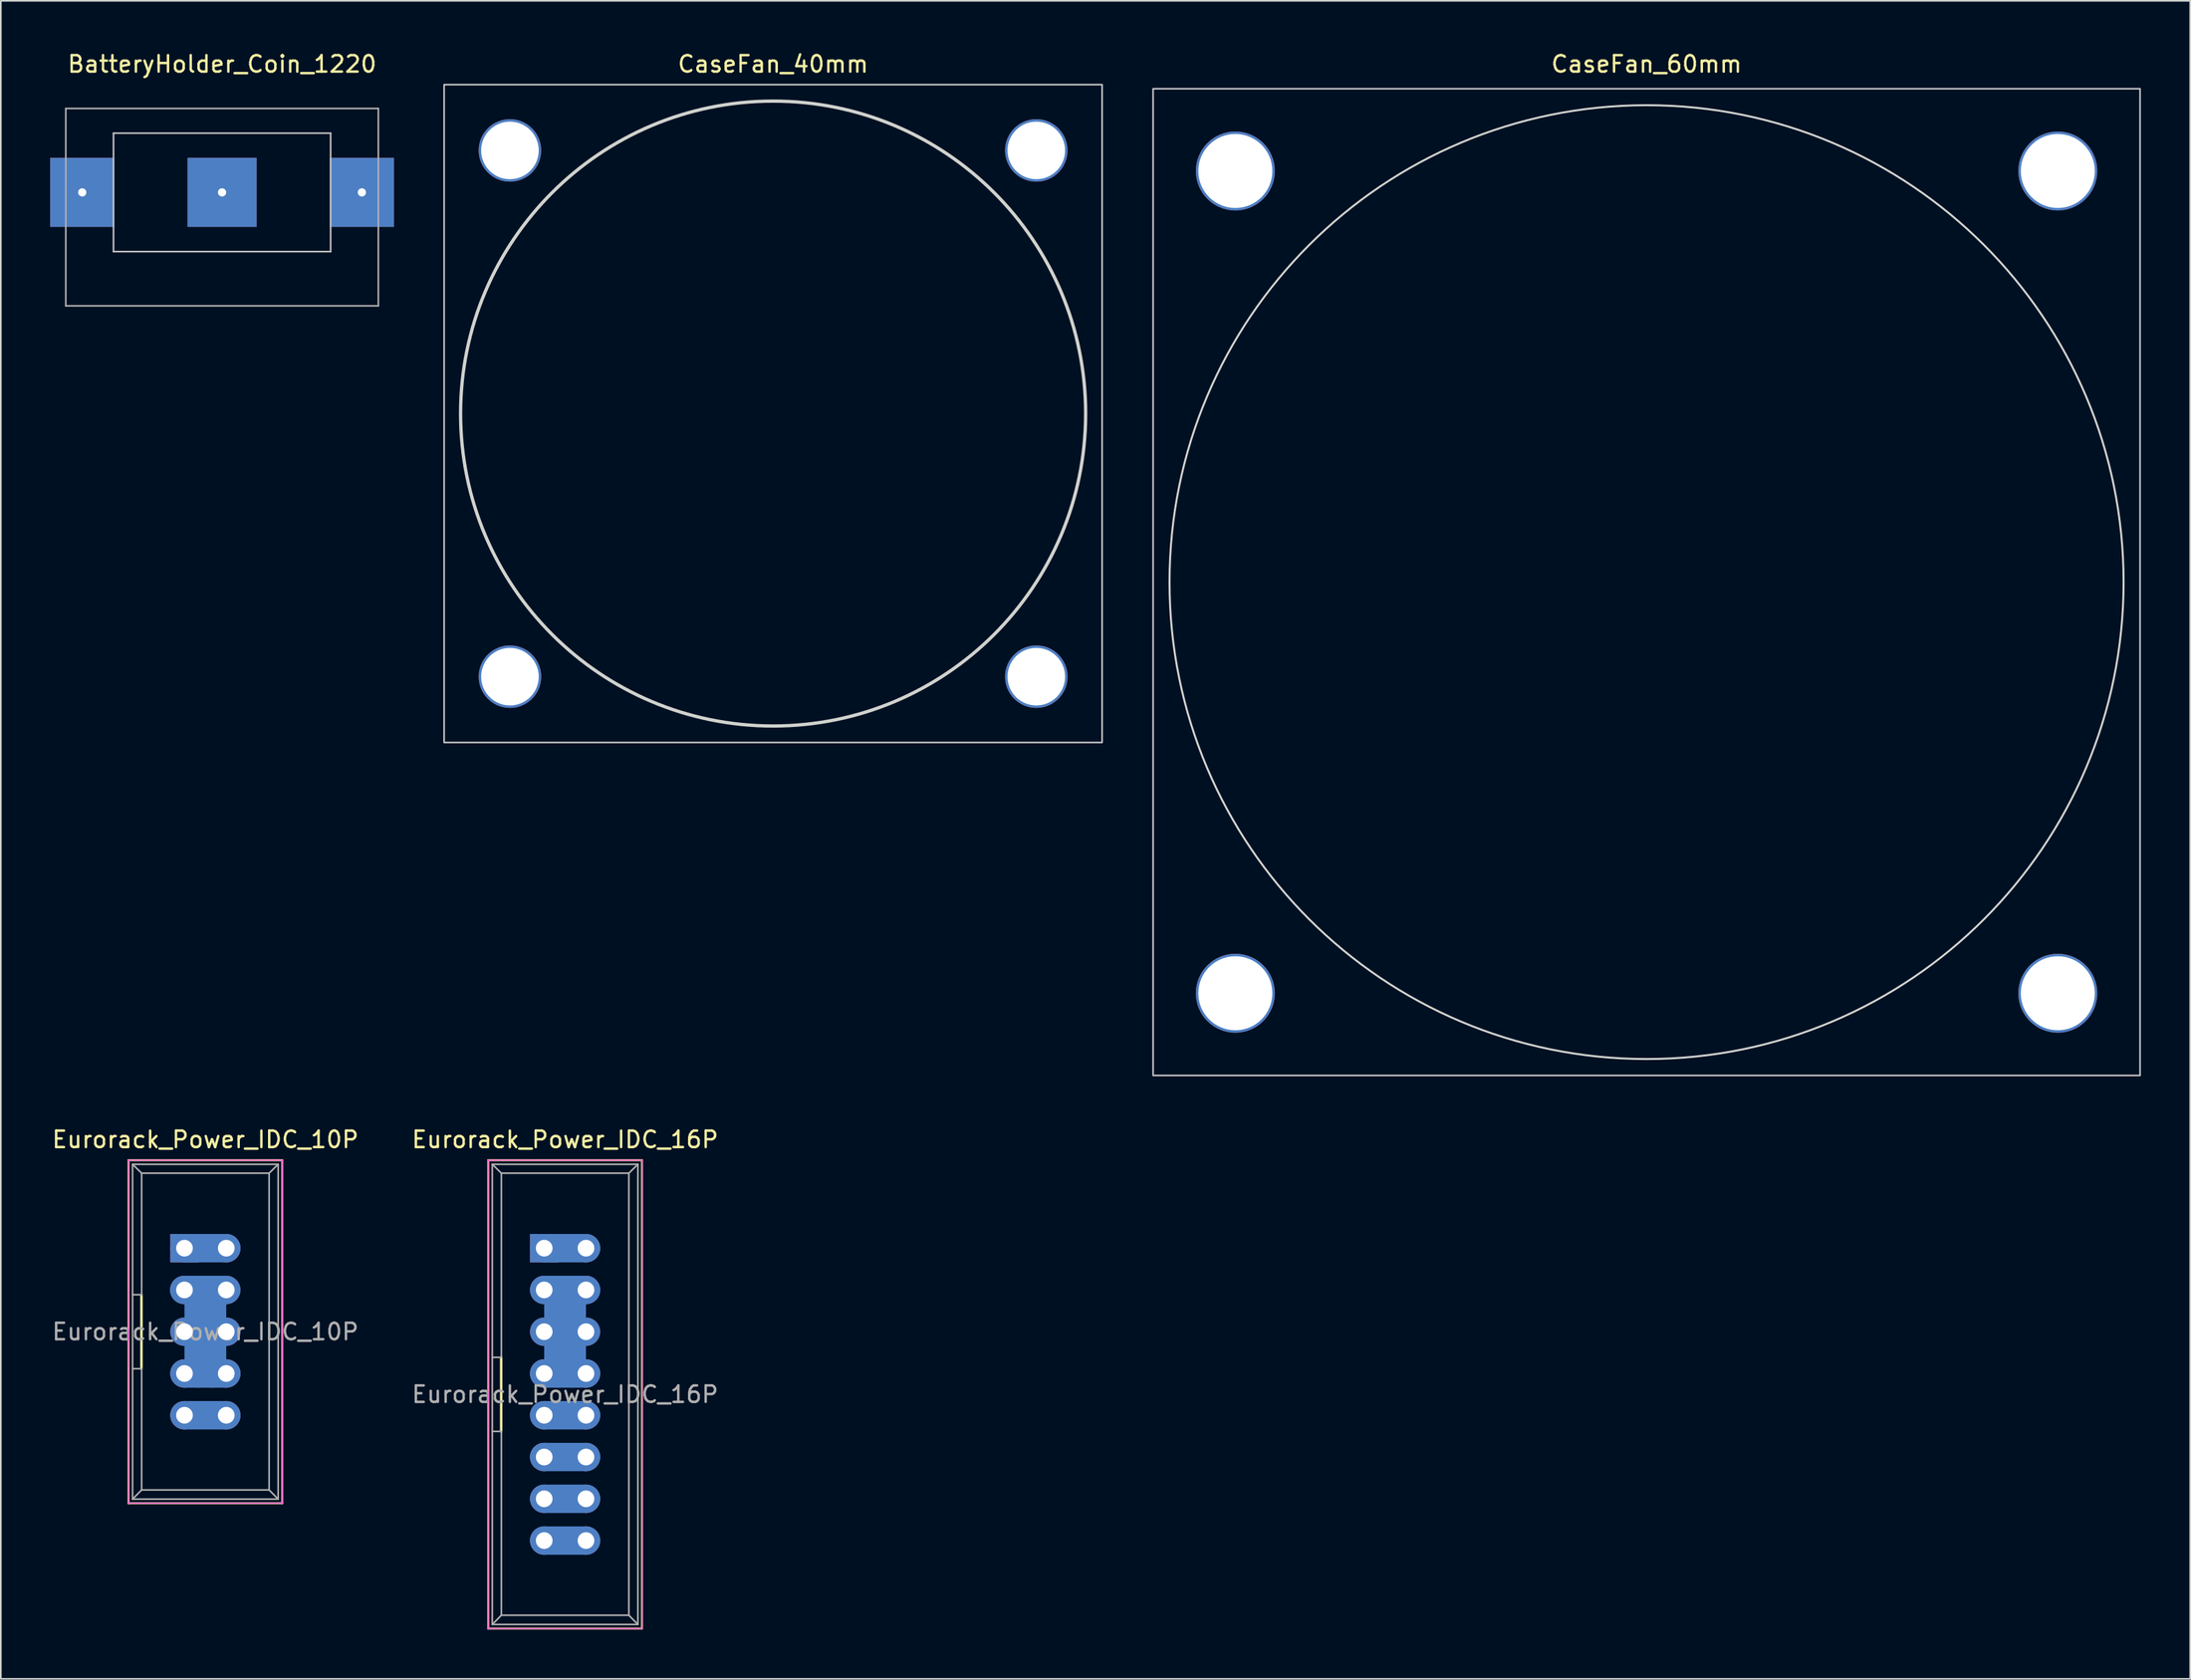
<source format=kicad_pcb>
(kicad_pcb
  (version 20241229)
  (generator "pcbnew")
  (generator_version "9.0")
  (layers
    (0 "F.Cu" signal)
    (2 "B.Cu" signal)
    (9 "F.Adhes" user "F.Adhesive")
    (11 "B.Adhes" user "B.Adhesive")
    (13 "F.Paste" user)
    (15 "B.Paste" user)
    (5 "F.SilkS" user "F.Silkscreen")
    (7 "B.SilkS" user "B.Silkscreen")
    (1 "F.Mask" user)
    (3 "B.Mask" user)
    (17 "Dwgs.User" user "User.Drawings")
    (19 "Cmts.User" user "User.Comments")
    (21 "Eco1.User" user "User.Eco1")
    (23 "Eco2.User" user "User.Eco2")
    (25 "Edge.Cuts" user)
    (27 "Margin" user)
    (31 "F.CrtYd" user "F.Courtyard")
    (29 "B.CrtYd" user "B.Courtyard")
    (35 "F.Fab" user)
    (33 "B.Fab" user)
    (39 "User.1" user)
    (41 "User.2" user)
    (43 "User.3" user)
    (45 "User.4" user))
  (footprint "Eurorack_Power_IDC_10P"
    (layer "F.Cu")
    (at 8.165 72.85)
    (property "Reference" "Eurorack_Power_IDC_10P" (at 1.27 -6.604 0) (layer "F.SilkS") (effects (font (size 1 1) (thickness 0.15))))
    (attr through_hole)
    (fp_line (start -0.02 2.54) (end 2.52 2.54) (stroke (width 1.727) (type solid)) (layer "B.Cu"))
    (fp_line (start 0 0) (end 2.54 0) (stroke (width 1.727) (type solid)) (layer "B.Cu"))
    (fp_line (start 0 7.62) (end 2.54 7.62) (stroke (width 1.727) (type solid)) (layer "B.Cu"))
    (fp_line (start 0 10.16) (end 2.54 10.16) (stroke (width 1.727) (type solid)) (layer "B.Cu"))
    (fp_line (start 0.864 7.62) (end 0.864 2.54) (stroke (width 1.727) (type solid)) (layer "B.Cu"))
    (fp_line (start 1.676 7.62) (end 1.676 2.54) (stroke (width 1.727) (type solid)) (layer "B.Cu"))
    (fp_line (start -3.405 -5.35) (end 5.945 -5.35) (stroke (width 0.12) (type solid)) (layer "F.SilkS"))
    (fp_line (start -3.405 2.845) (end -3.405 -5.35) (stroke (width 0.12) (type solid)) (layer "F.SilkS"))
    (fp_line (start -3.405 7.341) (end -3.405 2.845) (stroke (width 0.12) (type solid)) (layer "F.SilkS"))
    (fp_line (start -3.405 15.51) (end -3.405 7.341) (stroke (width 0.12) (type solid)) (layer "F.SilkS"))
    (fp_line (start -2.616 7.341) (end -2.616 2.845) (stroke (width 0.152) (type solid)) (layer "F.SilkS"))
    (fp_line (start 5.945 -5.35) (end 5.945 15.51) (stroke (width 0.12) (type solid)) (layer "F.SilkS"))
    (fp_line (start 5.945 15.51) (end -3.405 15.51) (stroke (width 0.12) (type solid)) (layer "F.SilkS"))
    (fp_line (start -3.41 -5.35) (end 5.95 -5.35) (stroke (width 0.05) (type solid)) (layer "F.CrtYd"))
    (fp_line (start -3.41 15.51) (end -3.41 -5.35) (stroke (width 0.05) (type solid)) (layer "F.CrtYd"))
    (fp_line (start 5.95 -5.35) (end 5.95 15.51) (stroke (width 0.05) (type solid)) (layer "F.CrtYd"))
    (fp_line (start 5.95 15.51) (end -3.41 15.51) (stroke (width 0.05) (type solid)) (layer "F.CrtYd"))
    (fp_line (start -3.155 -5.1) (end -3.155 15.26) (stroke (width 0.1) (type solid)) (layer "F.Fab"))
    (fp_line (start -3.155 -5.1) (end -2.605 -4.56) (stroke (width 0.1) (type solid)) (layer "F.Fab"))
    (fp_line (start -3.155 15.26) (end -2.605 14.7) (stroke (width 0.1) (type solid)) (layer "F.Fab"))
    (fp_line (start -2.605 -4.56) (end -2.605 2.83) (stroke (width 0.1) (type solid)) (layer "F.Fab"))
    (fp_line (start -2.605 2.83) (end -3.155 2.83) (stroke (width 0.1) (type solid)) (layer "F.Fab"))
    (fp_line (start -2.605 7.33) (end -3.155 7.33) (stroke (width 0.1) (type solid)) (layer "F.Fab"))
    (fp_line (start -2.605 7.33) (end -2.605 14.7) (stroke (width 0.1) (type solid)) (layer "F.Fab"))
    (fp_line (start 5.145 -4.56) (end -2.605 -4.56) (stroke (width 0.1) (type solid)) (layer "F.Fab"))
    (fp_line (start 5.145 -4.56) (end 5.145 14.7) (stroke (width 0.1) (type solid)) (layer "F.Fab"))
    (fp_line (start 5.145 14.7) (end -2.605 14.7) (stroke (width 0.1) (type solid)) (layer "F.Fab"))
    (fp_line (start 5.695 -5.1) (end -3.155 -5.1) (stroke (width 0.1) (type solid)) (layer "F.Fab"))
    (fp_line (start 5.695 -5.1) (end 5.145 -4.56) (stroke (width 0.1) (type solid)) (layer "F.Fab"))
    (fp_line (start 5.695 -5.1) (end 5.695 15.26) (stroke (width 0.1) (type solid)) (layer "F.Fab"))
    (fp_line (start 5.695 15.26) (end -3.155 15.26) (stroke (width 0.1) (type solid)) (layer "F.Fab"))
    (fp_line (start 5.695 15.26) (end 5.145 14.7) (stroke (width 0.1) (type solid)) (layer "F.Fab"))
    (fp_text user "${REFERENCE}" (at 1.27 5.08 0) (layer "F.Fab") (effects (font (size 1 1) (thickness 0.15))))
    (pad "1" thru_hole rect (at 0 0) (size 1.727 1.727) (drill 1.016) (layers "*.Cu" "*.Mask"))
    (pad "2" thru_hole oval (at 2.54 0) (size 1.727 1.727) (drill 1.016) (layers "*.Cu" "*.Mask"))
    (pad "3" thru_hole oval (at 0 2.54) (size 1.727 1.727) (drill 1.016) (layers "*.Cu" "*.Mask"))
    (pad "4" thru_hole oval (at 2.54 2.54) (size 1.727 1.727) (drill 1.016) (layers "*.Cu" "*.Mask"))
    (pad "5" thru_hole oval (at 0 5.08) (size 1.727 1.727) (drill 1.016) (layers "*.Cu" "*.Mask"))
    (pad "6" thru_hole oval (at 2.54 5.08) (size 1.727 1.727) (drill 1.016) (layers "*.Cu" "*.Mask"))
    (pad "7" thru_hole oval (at 0 7.62) (size 1.727 1.727) (drill 1.016) (layers "*.Cu" "*.Mask"))
    (pad "8" thru_hole oval (at 2.54 7.62) (size 1.727 1.727) (drill 1.016) (layers "*.Cu" "*.Mask"))
    (pad "9" thru_hole oval (at 0 10.16) (size 1.727 1.727) (drill 1.016) (layers "*.Cu" "*.Mask"))
    (pad "10" thru_hole oval (at 2.54 10.16) (size 1.727 1.727) (drill 1.016) (layers "*.Cu" "*.Mask")))
  (footprint "CaseFan_40mm"
    (layer "F.Cu")
    (at 43.95 22.098)
    (property "Reference" "CaseFan_40mm" (at 0 -21.25 0) (unlocked yes) (layer "F.SilkS") (effects (font (size 1 1) (thickness 0.15))))
    (fp_rect (start -20 -20) (end 20 20) (stroke (width 0.1) (type solid)) (fill no) (layer "Dwgs.User"))
    (fp_circle (center 0 0) (end 19 0) (stroke (width 0.2) (type solid)) (fill no) (layer "Edge.Cuts"))
    (pad "" np_thru_hole circle (at -16 -16) (size 3.8 3.8) (drill 3.5) (layers "*.Cu" "*.Mask"))
    (pad "" np_thru_hole circle (at -16 16) (size 3.8 3.8) (drill 3.5) (layers "*.Cu" "*.Mask"))
    (pad "" np_thru_hole circle (at 16 -16) (size 3.8 3.8) (drill 3.5) (layers "*.Cu" "*.Mask"))
    (pad "" np_thru_hole circle (at 16 16) (size 3.8 3.8) (drill 3.5) (layers "*.Cu" "*.Mask")))
  (footprint "BatteryHolder_Coin_1220"
    (layer "F.Cu")
    (at 10.45 7.348)
    (property "Reference" "BatteryHolder_Coin_1220" (at 0 -6.5 0) (unlocked yes) (layer "F.SilkS") (effects (font (size 1 1) (thickness 0.15))))
    (attr smd)
    (fp_line (start -6.6 -2.3) (end -6.6 4.9) (stroke (width 0.1) (type solid)) (layer "Dwgs.User"))
    (fp_line (start -6.6 -2.3) (end 6.6 -2.3) (stroke (width 0.1) (type solid)) (layer "Dwgs.User"))
    (fp_line (start -6.6 4.9) (end 6.6 4.9) (stroke (width 0.1) (type solid)) (layer "Dwgs.User"))
    (fp_line (start 6.6 -2.3) (end 6.6 4.9) (stroke (width 0.1) (type solid)) (layer "Dwgs.User"))
    (fp_line (start -9.5 -3.8) (end -9.5 8.2) (stroke (width 0.1) (type solid)) (layer "F.Fab"))
    (fp_line (start -9.5 -3.8) (end 9.5 -3.8) (stroke (width 0.1) (type solid)) (layer "F.Fab"))
    (fp_line (start -9.5 8.2) (end 9.5 8.2) (stroke (width 0.1) (type solid)) (layer "F.Fab"))
    (fp_line (start 9.5 -3.8) (end 9.5 8.2) (stroke (width 0.1) (type solid)) (layer "F.Fab"))
    (pad "1" thru_hole rect (at -8.5 1.3) (size 3.9 4.2) (drill 0.5) (layers "*.Cu" "*.Mask"))
    (pad "1" thru_hole rect (at 8.5 1.3) (size 3.9 4.2) (drill 0.5) (layers "*.Cu" "*.Mask"))
    (pad "2" thru_hole rect (at 0 1.3) (size 4.2 4.2) (drill 0.5) (layers "*.Cu" "*.Mask")))
  (footprint "Eurorack_Power_IDC_16P"
    (layer "F.Cu")
    (at 30.034 72.85)
    (property "Reference" "Eurorack_Power_IDC_16P" (at 1.27 -6.604 0) (layer "F.SilkS") (effects (font (size 1 1) (thickness 0.15))))
    (attr through_hole)
    (fp_line (start 0 0) (end 2.54 0) (stroke (width 1.727) (type solid)) (layer "B.Cu"))
    (fp_line (start 0 10.16) (end 2.54 10.16) (stroke (width 1.727) (type solid)) (layer "B.Cu"))
    (fp_line (start 0 12.7) (end 2.54 12.7) (stroke (width 1.727) (type solid)) (layer "B.Cu"))
    (fp_line (start 0 15.24) (end 2.54 15.24) (stroke (width 1.727) (type solid)) (layer "B.Cu"))
    (fp_line (start 0 17.78) (end 2.54 17.78) (stroke (width 1.727) (type solid)) (layer "B.Cu"))
    (fp_line (start 0.864 7.62) (end 0.864 2.54) (stroke (width 1.727) (type solid)) (layer "B.Cu"))
    (fp_line (start 1.676 7.62) (end 1.676 2.54) (stroke (width 1.727) (type solid)) (layer "B.Cu"))
    (fp_line (start 2.54 2.54) (end 0 2.54) (stroke (width 1.727) (type solid)) (layer "B.Cu"))
    (fp_line (start 2.54 7.62) (end 0 7.62) (stroke (width 1.727) (type solid)) (layer "B.Cu"))
    (fp_line (start -3.405 -5.35) (end 5.945 -5.35) (stroke (width 0.12) (type solid)) (layer "F.SilkS"))
    (fp_line (start -3.405 23.13) (end -3.405 -5.35) (stroke (width 0.12) (type solid)) (layer "F.SilkS"))
    (fp_line (start -2.616 6.629) (end -2.616 11.151) (stroke (width 0.152) (type solid)) (layer "F.SilkS"))
    (fp_line (start 5.945 -5.35) (end 5.945 23.13) (stroke (width 0.12) (type solid)) (layer "F.SilkS"))
    (fp_line (start 5.945 23.13) (end -3.405 23.13) (stroke (width 0.12) (type solid)) (layer "F.SilkS"))
    (fp_line (start -3.41 -5.35) (end 5.95 -5.35) (stroke (width 0.05) (type solid)) (layer "F.CrtYd"))
    (fp_line (start -3.41 23.13) (end -3.41 -5.35) (stroke (width 0.05) (type solid)) (layer "F.CrtYd"))
    (fp_line (start 5.95 -5.35) (end 5.95 23.13) (stroke (width 0.05) (type solid)) (layer "F.CrtYd"))
    (fp_line (start 5.95 23.13) (end -3.41 23.13) (stroke (width 0.05) (type solid)) (layer "F.CrtYd"))
    (fp_line (start -3.155 -5.1) (end -3.155 22.88) (stroke (width 0.1) (type solid)) (layer "F.Fab"))
    (fp_line (start -3.155 -5.1) (end -2.605 -4.56) (stroke (width 0.1) (type solid)) (layer "F.Fab"))
    (fp_line (start -3.155 22.88) (end -2.605 22.32) (stroke (width 0.1) (type solid)) (layer "F.Fab"))
    (fp_line (start -2.605 -4.56) (end -2.605 6.64) (stroke (width 0.1) (type solid)) (layer "F.Fab"))
    (fp_line (start -2.605 6.64) (end -3.155 6.64) (stroke (width 0.1) (type solid)) (layer "F.Fab"))
    (fp_line (start -2.605 11.14) (end -3.155 11.14) (stroke (width 0.1) (type solid)) (layer "F.Fab"))
    (fp_line (start -2.605 11.14) (end -2.605 22.32) (stroke (width 0.1) (type solid)) (layer "F.Fab"))
    (fp_line (start 5.145 -4.56) (end -2.605 -4.56) (stroke (width 0.1) (type solid)) (layer "F.Fab"))
    (fp_line (start 5.145 -4.56) (end 5.145 22.32) (stroke (width 0.1) (type solid)) (layer "F.Fab"))
    (fp_line (start 5.145 22.32) (end -2.605 22.32) (stroke (width 0.1) (type solid)) (layer "F.Fab"))
    (fp_line (start 5.695 -5.1) (end -3.155 -5.1) (stroke (width 0.1) (type solid)) (layer "F.Fab"))
    (fp_line (start 5.695 -5.1) (end 5.145 -4.56) (stroke (width 0.1) (type solid)) (layer "F.Fab"))
    (fp_line (start 5.695 -5.1) (end 5.695 22.88) (stroke (width 0.1) (type solid)) (layer "F.Fab"))
    (fp_line (start 5.695 22.88) (end -3.155 22.88) (stroke (width 0.1) (type solid)) (layer "F.Fab"))
    (fp_line (start 5.695 22.88) (end 5.145 22.32) (stroke (width 0.1) (type solid)) (layer "F.Fab"))
    (fp_text user "${REFERENCE}" (at 1.27 8.89 0) (layer "F.Fab") (effects (font (size 1 1) (thickness 0.15))))
    (pad "1" thru_hole rect (at 0 0) (size 1.727 1.727) (drill 1.016) (layers "*.Cu" "*.Mask"))
    (pad "2" thru_hole oval (at 2.54 0) (size 1.727 1.727) (drill 1.016) (layers "*.Cu" "*.Mask"))
    (pad "3" thru_hole oval (at 0 2.54) (size 1.727 1.727) (drill 1.016) (layers "*.Cu" "*.Mask"))
    (pad "4" thru_hole oval (at 2.54 2.54) (size 1.727 1.727) (drill 1.016) (layers "*.Cu" "*.Mask"))
    (pad "5" thru_hole oval (at 0 5.08) (size 1.727 1.727) (drill 1.016) (layers "*.Cu" "*.Mask"))
    (pad "6" thru_hole oval (at 2.54 5.08) (size 1.727 1.727) (drill 1.016) (layers "*.Cu" "*.Mask"))
    (pad "7" thru_hole oval (at 0 7.62) (size 1.727 1.727) (drill 1.016) (layers "*.Cu" "*.Mask"))
    (pad "8" thru_hole oval (at 2.54 7.62) (size 1.727 1.727) (drill 1.016) (layers "*.Cu" "*.Mask"))
    (pad "9" thru_hole oval (at 0 10.16) (size 1.727 1.727) (drill 1.016) (layers "*.Cu" "*.Mask"))
    (pad "10" thru_hole oval (at 2.54 10.16) (size 1.727 1.727) (drill 1.016) (layers "*.Cu" "*.Mask"))
    (pad "11" thru_hole oval (at 0 12.7) (size 1.727 1.727) (drill 1.016) (layers "*.Cu" "*.Mask"))
    (pad "12" thru_hole oval (at 2.54 12.7) (size 1.727 1.727) (drill 1.016) (layers "*.Cu" "*.Mask"))
    (pad "13" thru_hole oval (at 0 15.24) (size 1.727 1.727) (drill 1.016) (layers "*.Cu" "*.Mask"))
    (pad "14" thru_hole oval (at 2.54 15.24) (size 1.727 1.727) (drill 1.016) (layers "*.Cu" "*.Mask"))
    (pad "15" thru_hole oval (at 0 17.78) (size 1.727 1.727) (drill 1.016) (layers "*.Cu" "*.Mask"))
    (pad "16" thru_hole oval (at 2.54 17.78) (size 1.727 1.727) (drill 1.016) (layers "*.Cu" "*.Mask")))
  (footprint "CaseFan_60mm"
    (layer "F.Cu")
    (at 97.05 32.348)
    (property "Reference" "CaseFan_60mm" (at 0 -31.5 0) (unlocked yes) (layer "F.SilkS") (effects (font (size 1 1) (thickness 0.15))))
    (fp_rect (start -30 -30) (end 30 30) (stroke (width 0.1) (type solid)) (fill no) (layer "Dwgs.User"))
    (fp_circle (center 0 0) (end 29 0) (stroke (width 0.12) (type solid)) (fill no) (layer "Edge.Cuts"))
    (pad "" np_thru_hole circle (at -25 -25) (size 4.8 4.8) (drill 4.5) (layers "*.Cu" "*.Mask"))
    (pad "" np_thru_hole circle (at -25 25) (size 4.8 4.8) (drill 4.5) (layers "*.Cu" "*.Mask"))
    (pad "" np_thru_hole circle (at 25 -25) (size 4.8 4.8) (drill 4.5) (layers "*.Cu" "*.Mask"))
    (pad "" np_thru_hole circle (at 25 25) (size 4.8 4.8) (drill 4.5) (layers "*.Cu" "*.Mask")))
  (gr_rect
    (start -3 -3)
    (end 130.1 99.04)
    (stroke (width 0.1) (type default))
    (fill no)
    (layer "Edge.Cuts")))
</source>
